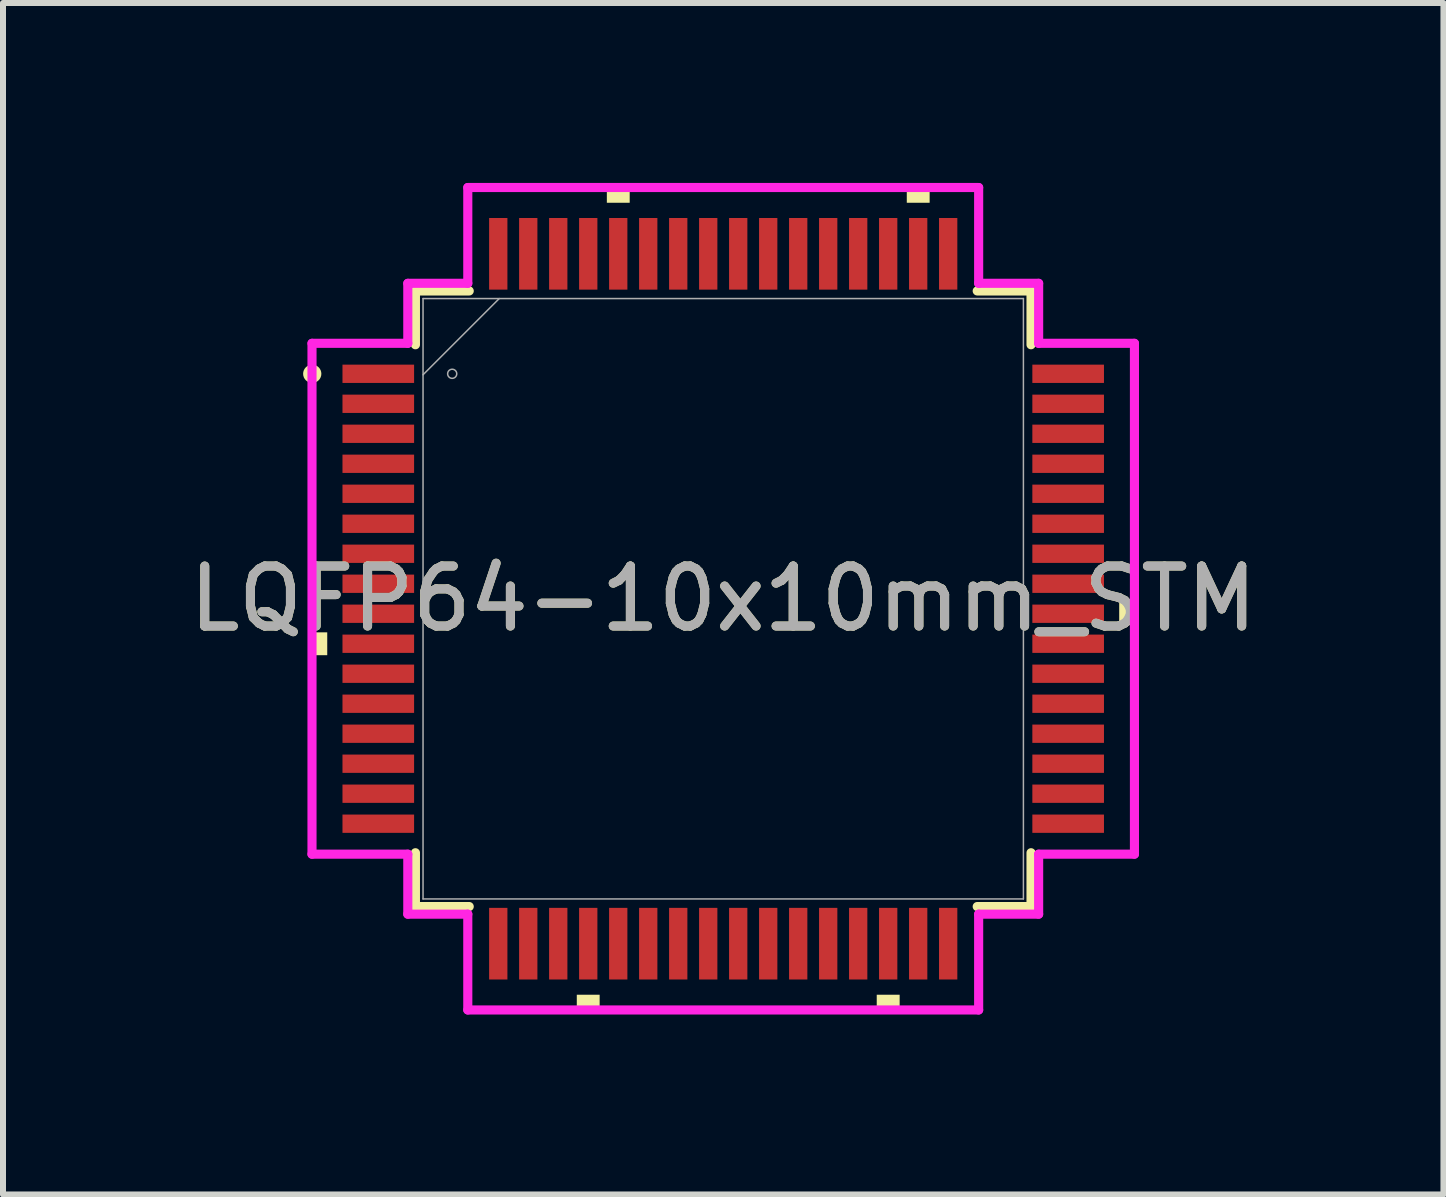
<source format=kicad_pcb>
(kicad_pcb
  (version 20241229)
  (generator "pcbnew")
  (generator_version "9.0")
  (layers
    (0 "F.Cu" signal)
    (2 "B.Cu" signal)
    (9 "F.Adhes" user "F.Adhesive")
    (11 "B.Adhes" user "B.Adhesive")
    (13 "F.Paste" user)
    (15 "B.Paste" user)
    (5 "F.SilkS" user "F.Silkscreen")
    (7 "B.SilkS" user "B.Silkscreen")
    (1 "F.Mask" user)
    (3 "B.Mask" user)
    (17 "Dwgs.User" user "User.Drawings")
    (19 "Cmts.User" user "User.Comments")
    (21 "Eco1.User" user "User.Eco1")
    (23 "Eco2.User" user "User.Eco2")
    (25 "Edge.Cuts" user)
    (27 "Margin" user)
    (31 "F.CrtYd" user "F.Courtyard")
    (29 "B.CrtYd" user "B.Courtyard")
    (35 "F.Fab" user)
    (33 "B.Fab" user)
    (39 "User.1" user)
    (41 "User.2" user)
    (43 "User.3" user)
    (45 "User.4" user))
  (footprint "LQFP64-10x10mm_STM"
    (layer "F.Cu")
    (at 9.006 6.931)
    (property "Reference" "LQFP64-10x10mm_STM" (at 0 0 0) (unlocked yes) (layer "F.SilkS") (effects (font (size 1 1) (thickness 0.15))))
    (attr smd)
    (fp_line (start -5.131 -5.131) (end -5.131 -4.234) (stroke (width 0.152) (type solid)) (layer "F.SilkS"))
    (fp_line (start -5.131 4.234) (end -5.131 5.131) (stroke (width 0.152) (type solid)) (layer "F.SilkS"))
    (fp_line (start -5.131 5.131) (end -4.234 5.131) (stroke (width 0.152) (type solid)) (layer "F.SilkS"))
    (fp_line (start -4.234 -5.131) (end -5.131 -5.131) (stroke (width 0.152) (type solid)) (layer "F.SilkS"))
    (fp_line (start 4.234 5.131) (end 5.131 5.131) (stroke (width 0.152) (type solid)) (layer "F.SilkS"))
    (fp_line (start 5.131 -5.131) (end 4.234 -5.131) (stroke (width 0.152) (type solid)) (layer "F.SilkS"))
    (fp_line (start 5.131 -4.234) (end 5.131 -5.131) (stroke (width 0.152) (type solid)) (layer "F.SilkS"))
    (fp_line (start 5.131 5.131) (end 5.131 4.234) (stroke (width 0.152) (type solid)) (layer "F.SilkS"))
    (fp_circle (center -6.851 -3.75) (end -6.775 -3.75) (stroke (width 0.152) (type solid)) (fill no) (layer "F.SilkS"))
    (fp_poly (pts (xy -6.855 0.56) (xy -6.855 0.941) (xy -6.601 0.941) (xy -6.601 0.56)) (stroke (width 0) (type solid)) (fill yes) (layer "F.SilkS"))
    (fp_poly (pts (xy -2.441 6.601) (xy -2.441 6.855) (xy -2.06 6.855) (xy -2.06 6.601)) (stroke (width 0) (type solid)) (fill yes) (layer "F.SilkS"))
    (fp_poly (pts (xy -1.94 -6.601) (xy -1.94 -6.855) (xy -1.559 -6.855) (xy -1.559 -6.601)) (stroke (width 0) (type solid)) (fill yes) (layer "F.SilkS"))
    (fp_poly (pts (xy 2.559 6.601) (xy 2.559 6.855) (xy 2.941 6.855) (xy 2.941 6.601)) (stroke (width 0) (type solid)) (fill yes) (layer "F.SilkS"))
    (fp_poly (pts (xy 3.06 -6.601) (xy 3.06 -6.855) (xy 3.441 -6.855) (xy 3.441 -6.601)) (stroke (width 0) (type solid)) (fill yes) (layer "F.SilkS"))
    (fp_poly (pts (xy 6.855 0.059) (xy 6.855 0.441) (xy 6.601 0.441) (xy 6.601 0.059)) (stroke (width 0) (type solid)) (fill yes) (layer "F.SilkS"))
    (fp_line (start -6.855 -4.258) (end -5.258 -4.258) (stroke (width 0.152) (type solid)) (layer "F.CrtYd"))
    (fp_line (start -6.855 4.258) (end -6.855 -4.258) (stroke (width 0.152) (type solid)) (layer "F.CrtYd"))
    (fp_line (start -5.258 -5.258) (end -4.258 -5.258) (stroke (width 0.152) (type solid)) (layer "F.CrtYd"))
    (fp_line (start -5.258 -4.258) (end -5.258 -5.258) (stroke (width 0.152) (type solid)) (layer "F.CrtYd"))
    (fp_line (start -5.258 4.258) (end -6.855 4.258) (stroke (width 0.152) (type solid)) (layer "F.CrtYd"))
    (fp_line (start -5.258 5.258) (end -5.258 4.258) (stroke (width 0.152) (type solid)) (layer "F.CrtYd"))
    (fp_line (start -4.258 -6.855) (end 4.258 -6.855) (stroke (width 0.152) (type solid)) (layer "F.CrtYd"))
    (fp_line (start -4.258 -5.258) (end -4.258 -6.855) (stroke (width 0.152) (type solid)) (layer "F.CrtYd"))
    (fp_line (start -4.258 5.258) (end -5.258 5.258) (stroke (width 0.152) (type solid)) (layer "F.CrtYd"))
    (fp_line (start -4.258 6.855) (end -4.258 5.258) (stroke (width 0.152) (type solid)) (layer "F.CrtYd"))
    (fp_line (start 4.258 -6.855) (end 4.258 -5.258) (stroke (width 0.152) (type solid)) (layer "F.CrtYd"))
    (fp_line (start 4.258 -5.258) (end 5.258 -5.258) (stroke (width 0.152) (type solid)) (layer "F.CrtYd"))
    (fp_line (start 4.258 5.258) (end 4.258 6.855) (stroke (width 0.152) (type solid)) (layer "F.CrtYd"))
    (fp_line (start 4.258 6.855) (end -4.258 6.855) (stroke (width 0.152) (type solid)) (layer "F.CrtYd"))
    (fp_line (start 5.258 -5.258) (end 5.258 -4.258) (stroke (width 0.152) (type solid)) (layer "F.CrtYd"))
    (fp_line (start 5.258 -4.258) (end 6.855 -4.258) (stroke (width 0.152) (type solid)) (layer "F.CrtYd"))
    (fp_line (start 5.258 4.258) (end 5.258 5.258) (stroke (width 0.152) (type solid)) (layer "F.CrtYd"))
    (fp_line (start 5.258 5.258) (end 4.258 5.258) (stroke (width 0.152) (type solid)) (layer "F.CrtYd"))
    (fp_line (start 6.855 -4.258) (end 6.855 4.258) (stroke (width 0.152) (type solid)) (layer "F.CrtYd"))
    (fp_line (start 6.855 4.258) (end 5.258 4.258) (stroke (width 0.152) (type solid)) (layer "F.CrtYd"))
    (fp_line (start -5.004 -5.004) (end -5.004 5.004) (stroke (width 0.025) (type solid)) (layer "F.Fab"))
    (fp_line (start -5.004 -3.734) (end -3.734 -5.004) (stroke (width 0.025) (type solid)) (layer "F.Fab"))
    (fp_line (start -5.004 5.004) (end 5.004 5.004) (stroke (width 0.025) (type solid)) (layer "F.Fab"))
    (fp_line (start 5.004 -5.004) (end -5.004 -5.004) (stroke (width 0.025) (type solid)) (layer "F.Fab"))
    (fp_line (start 5.004 5.004) (end 5.004 -5.004) (stroke (width 0.025) (type solid)) (layer "F.Fab"))
    (fp_circle (center -4.518 -3.75) (end -4.442 -3.75) (stroke (width 0.025) (type solid)) (fill no) (layer "F.Fab"))
    (fp_text user "${REFERENCE}" (at 0 0 0) (unlocked yes) (layer "F.Fab") (effects (font (size 1 1) (thickness 0.15))))
    (pad "1" smd rect (at -5.75 -3.75) (size 1.194 0.305) (layers "F.Cu" "F.Mask" "F.Paste"))
    (pad "2" smd rect (at -5.75 -3.25) (size 1.194 0.305) (layers "F.Cu" "F.Mask" "F.Paste"))
    (pad "3" smd rect (at -5.75 -2.75) (size 1.194 0.305) (layers "F.Cu" "F.Mask" "F.Paste"))
    (pad "4" smd rect (at -5.75 -2.25) (size 1.194 0.305) (layers "F.Cu" "F.Mask" "F.Paste"))
    (pad "5" smd rect (at -5.75 -1.75) (size 1.194 0.305) (layers "F.Cu" "F.Mask" "F.Paste"))
    (pad "6" smd rect (at -5.75 -1.25) (size 1.194 0.305) (layers "F.Cu" "F.Mask" "F.Paste"))
    (pad "7" smd rect (at -5.75 -0.75) (size 1.194 0.305) (layers "F.Cu" "F.Mask" "F.Paste"))
    (pad "8" smd rect (at -5.75 -0.25) (size 1.194 0.305) (layers "F.Cu" "F.Mask" "F.Paste"))
    (pad "9" smd rect (at -5.75 0.25) (size 1.194 0.305) (layers "F.Cu" "F.Mask" "F.Paste"))
    (pad "10" smd rect (at -5.75 0.75) (size 1.194 0.305) (layers "F.Cu" "F.Mask" "F.Paste"))
    (pad "11" smd rect (at -5.75 1.25) (size 1.194 0.305) (layers "F.Cu" "F.Mask" "F.Paste"))
    (pad "12" smd rect (at -5.75 1.75) (size 1.194 0.305) (layers "F.Cu" "F.Mask" "F.Paste"))
    (pad "13" smd rect (at -5.75 2.25) (size 1.194 0.305) (layers "F.Cu" "F.Mask" "F.Paste"))
    (pad "14" smd rect (at -5.75 2.75) (size 1.194 0.305) (layers "F.Cu" "F.Mask" "F.Paste"))
    (pad "15" smd rect (at -5.75 3.25) (size 1.194 0.305) (layers "F.Cu" "F.Mask" "F.Paste"))
    (pad "16" smd rect (at -5.75 3.75) (size 1.194 0.305) (layers "F.Cu" "F.Mask" "F.Paste"))
    (pad "17" smd rect (at -3.75 5.75 90) (size 1.194 0.305) (layers "F.Cu" "F.Mask" "F.Paste"))
    (pad "18" smd rect (at -3.25 5.75 90) (size 1.194 0.305) (layers "F.Cu" "F.Mask" "F.Paste"))
    (pad "19" smd rect (at -2.75 5.75 90) (size 1.194 0.305) (layers "F.Cu" "F.Mask" "F.Paste"))
    (pad "20" smd rect (at -2.25 5.75 90) (size 1.194 0.305) (layers "F.Cu" "F.Mask" "F.Paste"))
    (pad "21" smd rect (at -1.75 5.75 90) (size 1.194 0.305) (layers "F.Cu" "F.Mask" "F.Paste"))
    (pad "22" smd rect (at -1.25 5.75 90) (size 1.194 0.305) (layers "F.Cu" "F.Mask" "F.Paste"))
    (pad "23" smd rect (at -0.75 5.75 90) (size 1.194 0.305) (layers "F.Cu" "F.Mask" "F.Paste"))
    (pad "24" smd rect (at -0.25 5.75 90) (size 1.194 0.305) (layers "F.Cu" "F.Mask" "F.Paste"))
    (pad "25" smd rect (at 0.25 5.75 90) (size 1.194 0.305) (layers "F.Cu" "F.Mask" "F.Paste"))
    (pad "26" smd rect (at 0.75 5.75 90) (size 1.194 0.305) (layers "F.Cu" "F.Mask" "F.Paste"))
    (pad "27" smd rect (at 1.25 5.75 90) (size 1.194 0.305) (layers "F.Cu" "F.Mask" "F.Paste"))
    (pad "28" smd rect (at 1.75 5.75 90) (size 1.194 0.305) (layers "F.Cu" "F.Mask" "F.Paste"))
    (pad "29" smd rect (at 2.25 5.75 90) (size 1.194 0.305) (layers "F.Cu" "F.Mask" "F.Paste"))
    (pad "30" smd rect (at 2.75 5.75 90) (size 1.194 0.305) (layers "F.Cu" "F.Mask" "F.Paste"))
    (pad "31" smd rect (at 3.25 5.75 90) (size 1.194 0.305) (layers "F.Cu" "F.Mask" "F.Paste"))
    (pad "32" smd rect (at 3.75 5.75 90) (size 1.194 0.305) (layers "F.Cu" "F.Mask" "F.Paste"))
    (pad "33" smd rect (at 5.75 3.75) (size 1.194 0.305) (layers "F.Cu" "F.Mask" "F.Paste"))
    (pad "34" smd rect (at 5.75 3.25) (size 1.194 0.305) (layers "F.Cu" "F.Mask" "F.Paste"))
    (pad "35" smd rect (at 5.75 2.75) (size 1.194 0.305) (layers "F.Cu" "F.Mask" "F.Paste"))
    (pad "36" smd rect (at 5.75 2.25) (size 1.194 0.305) (layers "F.Cu" "F.Mask" "F.Paste"))
    (pad "37" smd rect (at 5.75 1.75) (size 1.194 0.305) (layers "F.Cu" "F.Mask" "F.Paste"))
    (pad "38" smd rect (at 5.75 1.25) (size 1.194 0.305) (layers "F.Cu" "F.Mask" "F.Paste"))
    (pad "39" smd rect (at 5.75 0.75) (size 1.194 0.305) (layers "F.Cu" "F.Mask" "F.Paste"))
    (pad "40" smd rect (at 5.75 0.25) (size 1.194 0.305) (layers "F.Cu" "F.Mask" "F.Paste"))
    (pad "41" smd rect (at 5.75 -0.25) (size 1.194 0.305) (layers "F.Cu" "F.Mask" "F.Paste"))
    (pad "42" smd rect (at 5.75 -0.75) (size 1.194 0.305) (layers "F.Cu" "F.Mask" "F.Paste"))
    (pad "43" smd rect (at 5.75 -1.25) (size 1.194 0.305) (layers "F.Cu" "F.Mask" "F.Paste"))
    (pad "44" smd rect (at 5.75 -1.75) (size 1.194 0.305) (layers "F.Cu" "F.Mask" "F.Paste"))
    (pad "45" smd rect (at 5.75 -2.25) (size 1.194 0.305) (layers "F.Cu" "F.Mask" "F.Paste"))
    (pad "46" smd rect (at 5.75 -2.75) (size 1.194 0.305) (layers "F.Cu" "F.Mask" "F.Paste"))
    (pad "47" smd rect (at 5.75 -3.25) (size 1.194 0.305) (layers "F.Cu" "F.Mask" "F.Paste"))
    (pad "48" smd rect (at 5.75 -3.75) (size 1.194 0.305) (layers "F.Cu" "F.Mask" "F.Paste"))
    (pad "49" smd rect (at 3.75 -5.75 90) (size 1.194 0.305) (layers "F.Cu" "F.Mask" "F.Paste"))
    (pad "50" smd rect (at 3.25 -5.75 90) (size 1.194 0.305) (layers "F.Cu" "F.Mask" "F.Paste"))
    (pad "51" smd rect (at 2.75 -5.75 90) (size 1.194 0.305) (layers "F.Cu" "F.Mask" "F.Paste"))
    (pad "52" smd rect (at 2.25 -5.75 90) (size 1.194 0.305) (layers "F.Cu" "F.Mask" "F.Paste"))
    (pad "53" smd rect (at 1.75 -5.75 90) (size 1.194 0.305) (layers "F.Cu" "F.Mask" "F.Paste"))
    (pad "54" smd rect (at 1.25 -5.75 90) (size 1.194 0.305) (layers "F.Cu" "F.Mask" "F.Paste"))
    (pad "55" smd rect (at 0.75 -5.75 90) (size 1.194 0.305) (layers "F.Cu" "F.Mask" "F.Paste"))
    (pad "56" smd rect (at 0.25 -5.75 90) (size 1.194 0.305) (layers "F.Cu" "F.Mask" "F.Paste"))
    (pad "57" smd rect (at -0.25 -5.75 90) (size 1.194 0.305) (layers "F.Cu" "F.Mask" "F.Paste"))
    (pad "58" smd rect (at -0.75 -5.75 90) (size 1.194 0.305) (layers "F.Cu" "F.Mask" "F.Paste"))
    (pad "59" smd rect (at -1.25 -5.75 90) (size 1.194 0.305) (layers "F.Cu" "F.Mask" "F.Paste"))
    (pad "60" smd rect (at -1.75 -5.75 90) (size 1.194 0.305) (layers "F.Cu" "F.Mask" "F.Paste"))
    (pad "61" smd rect (at -2.25 -5.75 90) (size 1.194 0.305) (layers "F.Cu" "F.Mask" "F.Paste"))
    (pad "62" smd rect (at -2.75 -5.75 90) (size 1.194 0.305) (layers "F.Cu" "F.Mask" "F.Paste"))
    (pad "63" smd rect (at -3.25 -5.75 90) (size 1.194 0.305) (layers "F.Cu" "F.Mask" "F.Paste"))
    (pad "64" smd rect (at -3.75 -5.75 90) (size 1.194 0.305) (layers "F.Cu" "F.Mask" "F.Paste")))
  (gr_rect
    (start -3 -3)
    (end 21.012 16.862)
    (stroke (width 0.1) (type default))
    (fill no)
    (layer "Edge.Cuts")))
</source>
